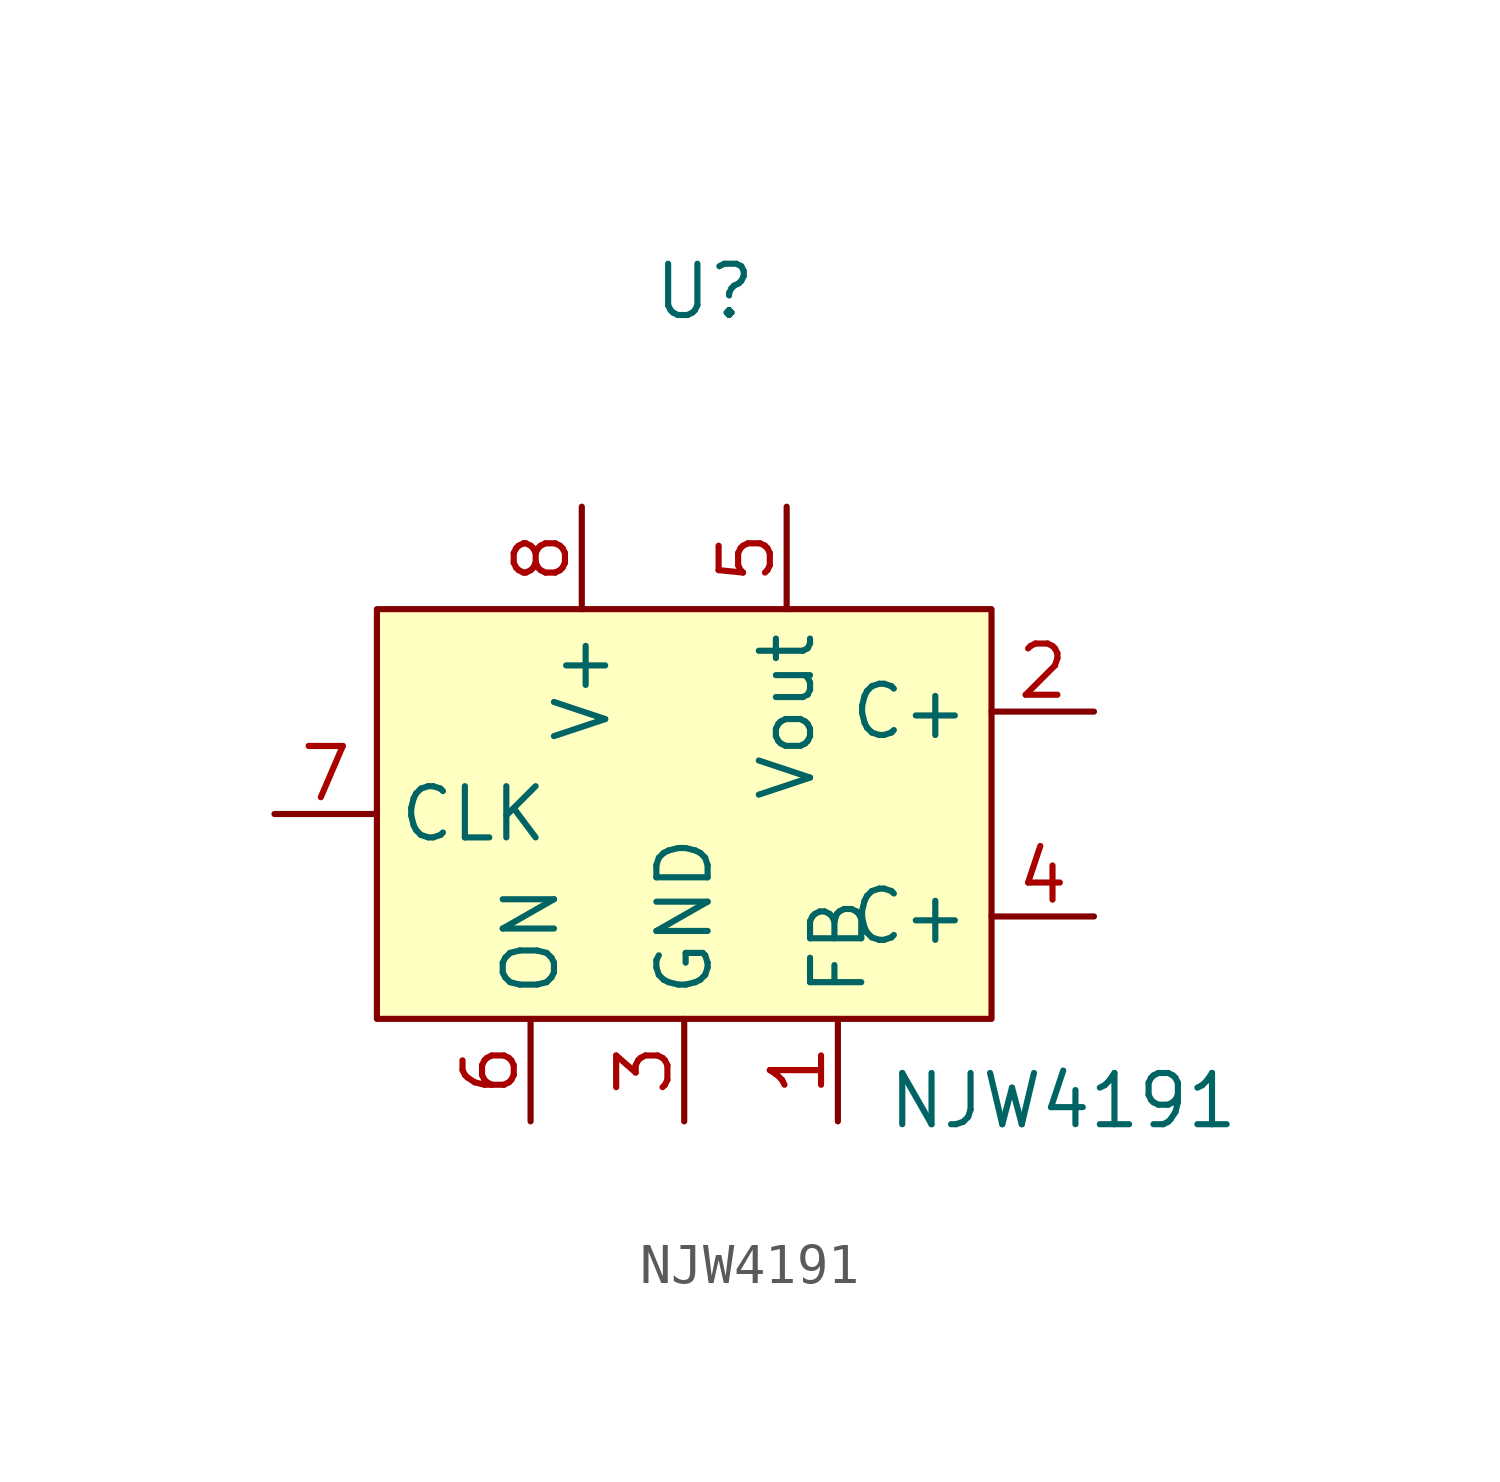
<source format=kicad_sym>
(kicad_symbol_lib
  (version 20231120)
  (generator "kicad_symbol_editor")
  (generator_version "8.0")
  (symbol "NJW4191"
    (property "Reference" "U"
      (at 0.508 7.874 0)
      (effects (font (size 1.27 1.27))))
    (property "Value" "NJW4191"
      (at 9.398 -12.192 0)
      (effects (font (size 1.27 1.27))))
    (symbol "NJW4191_0_0"
      (pin passive line (at 3.81 -12.7 90) (length 2.54) (name "FB" (effects (font (size 1.27 1.27)))) (number "1" (effects (font (size 1.27 1.27)))))
      (pin passive line (at 10.16 -2.54 180) (length 2.54) (name "C+" (effects (font (size 1.27 1.27)))) (number "2" (effects (font (size 1.27 1.27)))))
      (pin power_in line (at 0 -12.7 90) (length 2.54) (name "GND" (effects (font (size 1.27 1.27)))) (number "3" (effects (font (size 1.27 1.27)))))
      (pin passive line (at 10.16 -7.62 180) (length 2.54) (name "C+" (effects (font (size 1.27 1.27)))) (number "4" (effects (font (size 1.27 1.27)))))
      (pin passive line (at -10.16 -5.08 0) (length 2.54) (name "CLK" (effects (font (size 1.27 1.27)))) (number "7" (effects (font (size 1.27 1.27)))))
      (pin power_in line (at -2.54 2.54 270) (length 2.54) (name "V+" (effects (font (size 1.27 1.27)))) (number "8" (effects (font (size 1.27 1.27))))))
    (symbol "NJW4191_1_0"
      (pin power_out line (at 2.54 2.54 270) (length 2.54) (name "Vout" (effects (font (size 1.27 1.27)))) (number "5" (effects (font (size 1.27 1.27)))))
      (pin input line (at -3.81 -12.7 90) (length 2.54) (name "ON" (effects (font (size 1.27 1.27)))) (number "6" (effects (font (size 1.27 1.27))))))
    (symbol "NJW4191_1_1"
      (rectangle (start -7.62 0) (end 7.62 -10.16) (stroke (width 0) (type default)) (fill (type background))))))
</source>
